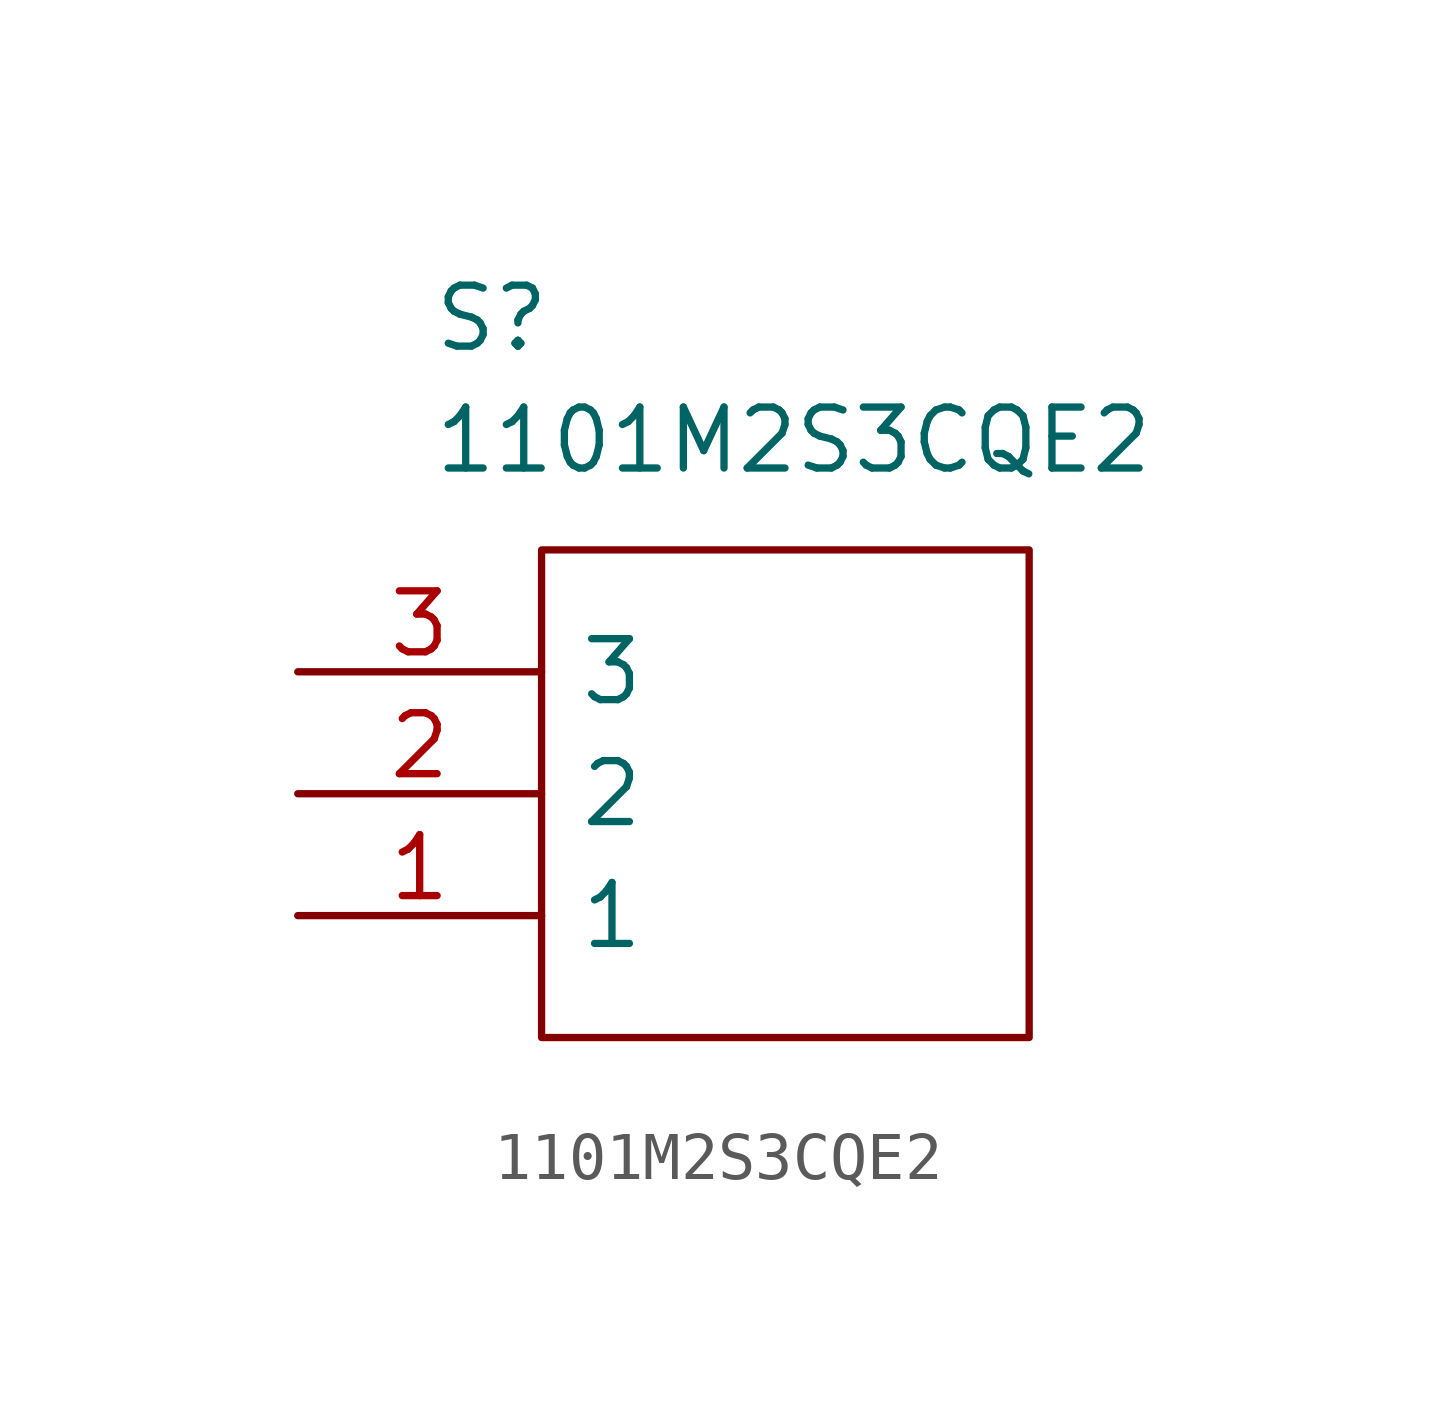
<source format=kicad_sym>
(kicad_symbol_lib
  (version 20241209)
  (generator "kicad_symbol_editor")
  (generator_version "9.0")
  (symbol "1101M2S3CQE2"
    (pin_names
      (offset 0.762))
    (property "Reference" "S"
      (at 2.794 7.366 0)
      (effects (font (size 1.27 1.27)) (justify left)))
    (property "Value" "1101M2S3CQE2"
      (at 2.794 4.826 0)
      (effects (font (size 1.27 1.27)) (justify left)))
    (symbol "1101M2S3CQE2_0_0"
      (pin passive line (at 0 0 0) (length 5.08) (name "3" (effects (font (size 1.27 1.27)))) (number "3" (effects (font (size 1.27 1.27)))))
      (pin passive line (at 0 -2.54 0) (length 5.08) (name "2" (effects (font (size 1.27 1.27)))) (number "2" (effects (font (size 1.27 1.27)))))
      (pin passive line (at 0 -5.08 0) (length 5.08) (name "1" (effects (font (size 1.27 1.27)))) (number "1" (effects (font (size 1.27 1.27))))))
    (symbol "1101M2S3CQE2_0_1"
      (polyline (pts (xy 5.08 2.54) (xy 15.24 2.54) (xy 15.24 -7.62) (xy 5.08 -7.62) (xy 5.08 2.54)) (stroke (width 0.152) (type solid)) (fill (type none))))))
</source>
